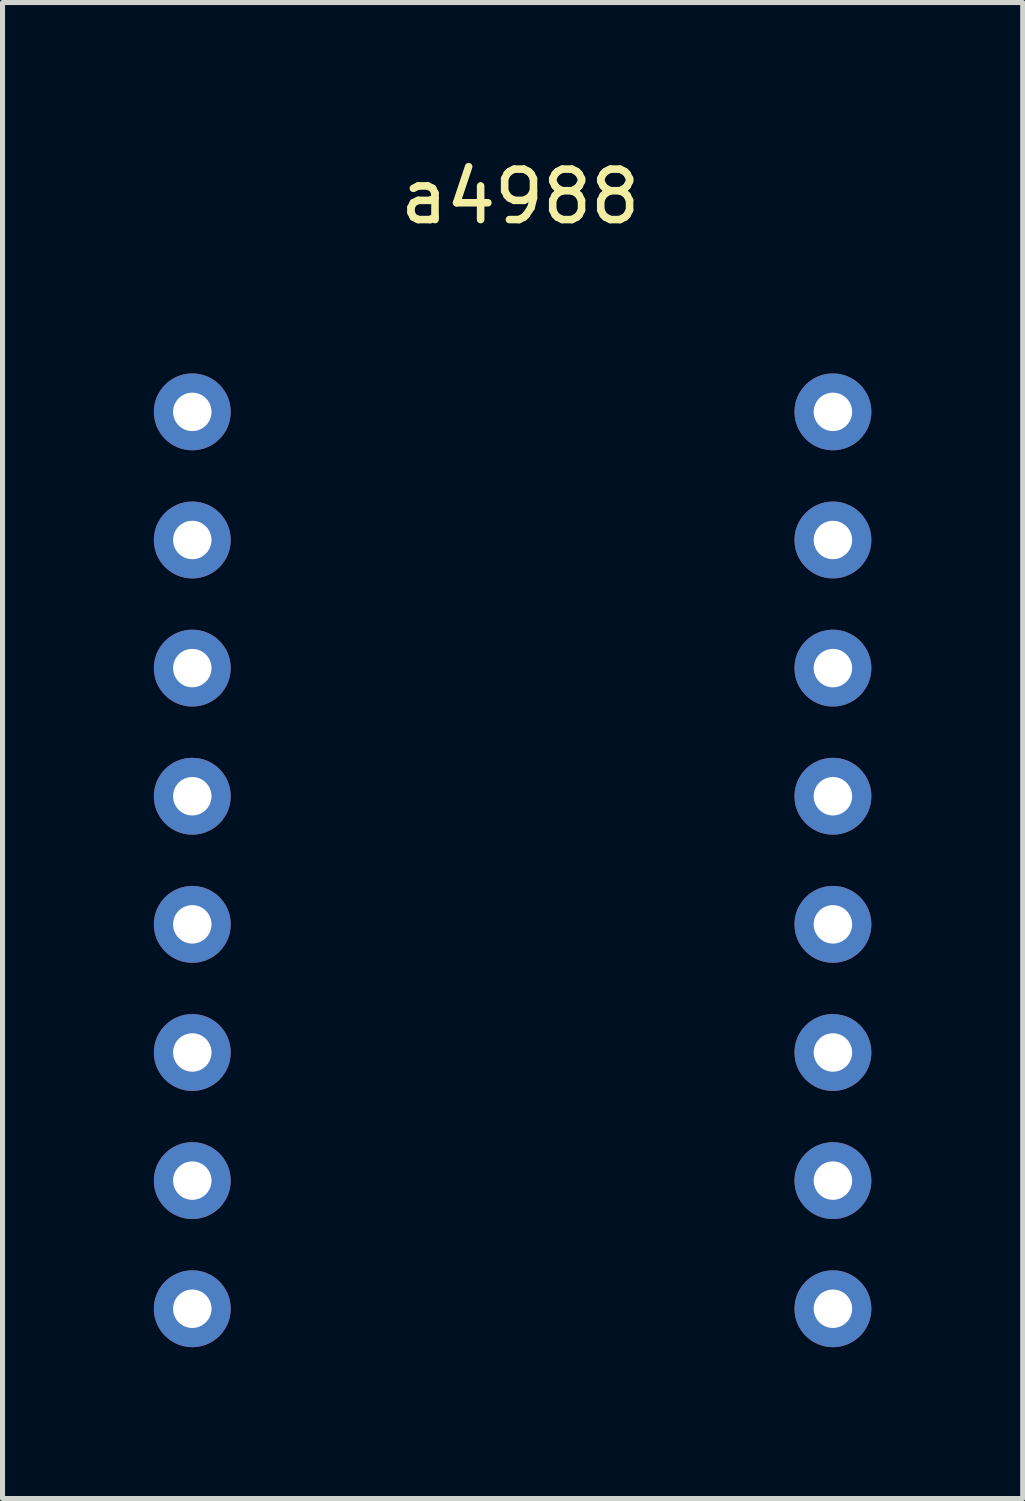
<source format=kicad_pcb>
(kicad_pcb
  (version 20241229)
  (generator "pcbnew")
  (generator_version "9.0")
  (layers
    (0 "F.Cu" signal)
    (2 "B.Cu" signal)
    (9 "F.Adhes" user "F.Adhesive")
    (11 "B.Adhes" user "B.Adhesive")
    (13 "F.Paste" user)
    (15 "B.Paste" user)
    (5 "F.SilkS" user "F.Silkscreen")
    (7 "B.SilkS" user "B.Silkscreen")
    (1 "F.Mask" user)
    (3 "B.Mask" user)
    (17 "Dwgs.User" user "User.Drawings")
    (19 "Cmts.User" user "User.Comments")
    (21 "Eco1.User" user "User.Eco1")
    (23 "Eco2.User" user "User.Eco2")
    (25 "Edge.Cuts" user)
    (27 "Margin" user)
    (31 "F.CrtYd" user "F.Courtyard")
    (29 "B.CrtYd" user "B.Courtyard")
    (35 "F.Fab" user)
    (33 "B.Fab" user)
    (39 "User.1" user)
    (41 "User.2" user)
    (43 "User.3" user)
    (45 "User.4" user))
  (footprint "a4988"
    (layer "F.Cu")
    (at 0.762 5.115)
    (property "Reference" "a4988" (at 6.502 -4.267 0) (unlocked yes) (layer "F.SilkS") (effects (font (size 1 1) (thickness 0.15))))
    (attr through_hole)
    (pad "1" thru_hole circle (at 0 0) (size 1.524 1.524) (drill 0.762) (layers "*.Cu" "*.Mask"))
    (pad "2" thru_hole circle (at 0 2.54) (size 1.524 1.524) (drill 0.762) (layers "*.Cu" "*.Mask"))
    (pad "3" thru_hole circle (at 0 5.08) (size 1.524 1.524) (drill 0.762) (layers "*.Cu" "*.Mask"))
    (pad "4" thru_hole circle (at 0 7.62) (size 1.524 1.524) (drill 0.762) (layers "*.Cu" "*.Mask"))
    (pad "5" thru_hole circle (at 0 10.16) (size 1.524 1.524) (drill 0.762) (layers "*.Cu" "*.Mask"))
    (pad "6" thru_hole circle (at 0 12.7) (size 1.524 1.524) (drill 0.762) (layers "*.Cu" "*.Mask"))
    (pad "7" thru_hole circle (at 0 15.24) (size 1.524 1.524) (drill 0.762) (layers "*.Cu" "*.Mask"))
    (pad "8" thru_hole circle (at 0 17.78) (size 1.524 1.524) (drill 0.762) (layers "*.Cu" "*.Mask"))
    (pad "9" thru_hole circle (at 12.7 0) (size 1.524 1.524) (drill 0.762) (layers "*.Cu" "*.Mask"))
    (pad "10" thru_hole circle (at 12.7 2.54) (size 1.524 1.524) (drill 0.762) (layers "*.Cu" "*.Mask"))
    (pad "11" thru_hole circle (at 12.7 5.08) (size 1.524 1.524) (drill 0.762) (layers "*.Cu" "*.Mask"))
    (pad "12" thru_hole circle (at 12.7 7.62) (size 1.524 1.524) (drill 0.762) (layers "*.Cu" "*.Mask"))
    (pad "13" thru_hole circle (at 12.7 10.16) (size 1.524 1.524) (drill 0.762) (layers "*.Cu" "*.Mask"))
    (pad "14" thru_hole circle (at 12.7 12.7) (size 1.524 1.524) (drill 0.762) (layers "*.Cu" "*.Mask"))
    (pad "15" thru_hole circle (at 12.7 15.24) (size 1.524 1.524) (drill 0.762) (layers "*.Cu" "*.Mask"))
    (pad "16" thru_hole circle (at 12.7 17.78) (size 1.524 1.524) (drill 0.762) (layers "*.Cu" "*.Mask")))
  (gr_rect
    (start -3 -3)
    (end 17.224 26.657)
    (stroke (width 0.1) (type default))
    (fill no)
    (layer "Edge.Cuts")))
</source>
